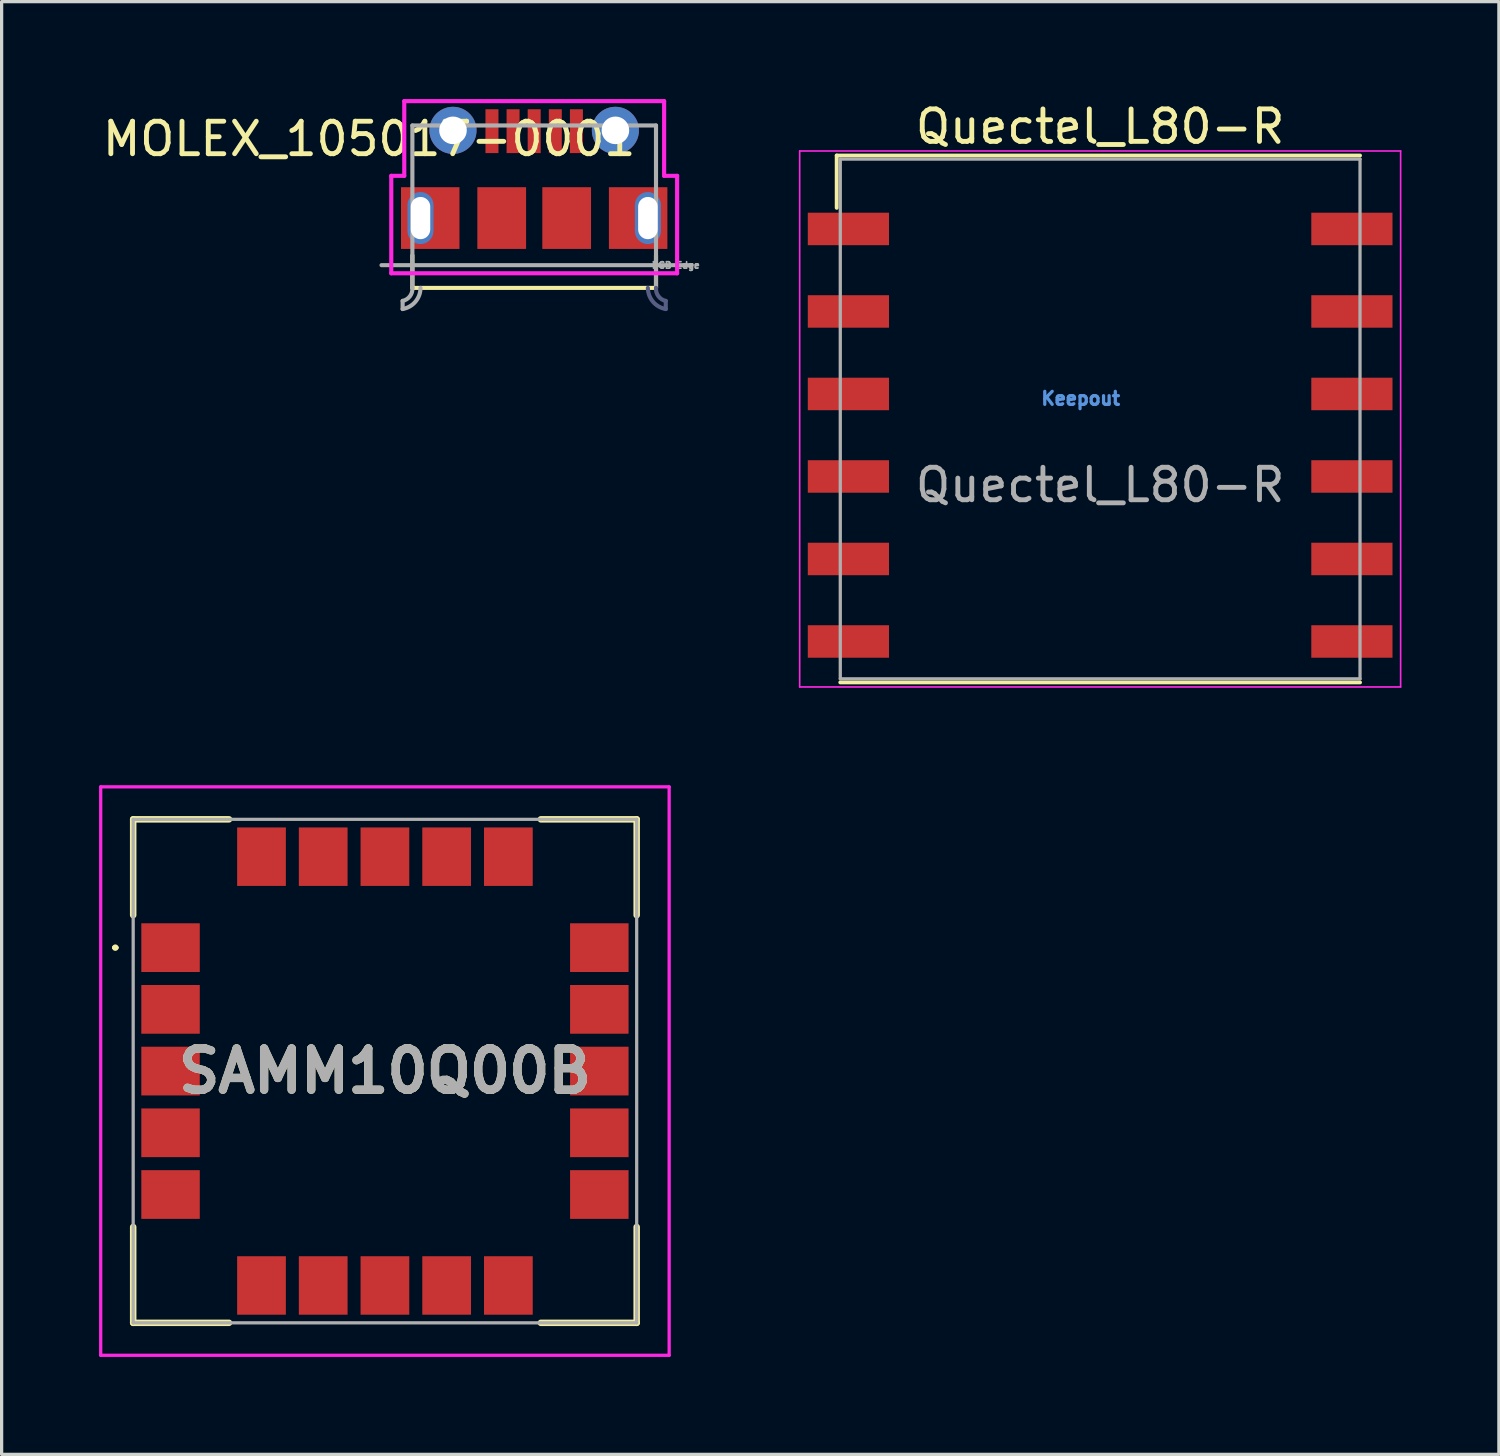
<source format=kicad_pcb>
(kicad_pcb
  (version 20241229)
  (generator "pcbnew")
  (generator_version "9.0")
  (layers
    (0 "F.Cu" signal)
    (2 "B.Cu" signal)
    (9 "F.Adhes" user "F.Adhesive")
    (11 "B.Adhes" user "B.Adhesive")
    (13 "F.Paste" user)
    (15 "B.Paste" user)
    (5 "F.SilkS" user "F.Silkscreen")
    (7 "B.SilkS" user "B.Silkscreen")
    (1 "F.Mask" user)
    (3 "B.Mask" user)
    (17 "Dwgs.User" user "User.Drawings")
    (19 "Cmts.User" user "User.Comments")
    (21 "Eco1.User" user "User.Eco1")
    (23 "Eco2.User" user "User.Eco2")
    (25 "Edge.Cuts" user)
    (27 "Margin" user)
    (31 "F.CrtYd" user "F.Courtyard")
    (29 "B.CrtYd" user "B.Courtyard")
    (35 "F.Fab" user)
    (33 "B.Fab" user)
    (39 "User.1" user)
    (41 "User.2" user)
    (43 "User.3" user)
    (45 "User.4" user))
  (footprint "Quectel_L80-R"
    (layer "F.Cu")
    (at 30.818 9.848)
    (property "Reference" "Quectel_L80-R" (at 0 -9 180) (layer "F.SilkS") (effects (font (size 1 1) (thickness 0.15))))
    (attr smd)
    (fp_line (start -8.11 -8.11) (end -8.11 -6.5) (stroke (width 0.12) (type solid)) (layer "F.SilkS"))
    (fp_line (start 8 -8.11) (end -8.11 -8.11) (stroke (width 0.12) (type solid)) (layer "F.SilkS"))
    (fp_line (start 8 8.11) (end -8 8.11) (stroke (width 0.12) (type solid)) (layer "F.SilkS"))
    (fp_line (start -9.25 -8.25) (end -9.25 8.25) (stroke (width 0.05) (type solid)) (layer "F.CrtYd"))
    (fp_line (start -9.25 -8.25) (end 9.25 -8.25) (stroke (width 0.05) (type solid)) (layer "F.CrtYd"))
    (fp_line (start -9.25 8.25) (end 9.25 8.25) (stroke (width 0.05) (type solid)) (layer "F.CrtYd"))
    (fp_line (start 9.25 8.25) (end 9.25 -8.25) (stroke (width 0.05) (type solid)) (layer "F.CrtYd"))
    (fp_line (start -8 8) (end -8 -8) (stroke (width 0.1) (type solid)) (layer "F.Fab"))
    (fp_line (start 8 -8) (end -8 -8) (stroke (width 0.1) (type solid)) (layer "F.Fab"))
    (fp_line (start 8 8) (end -8 8) (stroke (width 0.1) (type solid)) (layer "F.Fab"))
    (fp_line (start 8 8) (end 8 -8) (stroke (width 0.1) (type solid)) (layer "F.Fab"))
    (fp_text user "Keepout" (at -0.6 -0.63 0) (layer "Cmts.User") (effects (font (size 0.4 0.4) (thickness 0.1))))
    (fp_text user "${REFERENCE}" (at 0 2.032 0) (layer "F.Fab") (effects (font (size 1 1) (thickness 0.15))))
    (pad "1" smd rect (at -7.75 -5.85 180) (size 2.5 1) (layers "F.Cu" "F.Mask" "F.Paste"))
    (pad "2" smd rect (at -7.75 -3.31 180) (size 2.5 1) (layers "F.Cu" "F.Mask" "F.Paste"))
    (pad "3" smd rect (at -7.75 -0.77 180) (size 2.5 1) (layers "F.Cu" "F.Mask" "F.Paste"))
    (pad "4" smd rect (at -7.75 1.77 180) (size 2.5 1) (layers "F.Cu" "F.Mask" "F.Paste"))
    (pad "5" smd rect (at -7.75 4.31 180) (size 2.5 1) (layers "F.Cu" "F.Mask" "F.Paste"))
    (pad "6" smd rect (at -7.75 6.85 180) (size 2.5 1) (layers "F.Cu" "F.Mask" "F.Paste"))
    (pad "7" smd rect (at 7.75 6.85 180) (size 2.5 1) (layers "F.Cu" "F.Mask" "F.Paste"))
    (pad "8" smd rect (at 7.75 4.31 180) (size 2.5 1) (layers "F.Cu" "F.Mask" "F.Paste"))
    (pad "9" smd rect (at 7.75 1.77 180) (size 2.5 1) (layers "F.Cu" "F.Mask" "F.Paste"))
    (pad "10" smd rect (at 7.75 -0.77 180) (size 2.5 1) (layers "F.Cu" "F.Mask" "F.Paste"))
    (pad "11" smd rect (at 7.75 -3.31 180) (size 2.5 1) (layers "F.Cu" "F.Mask" "F.Paste"))
    (pad "12" smd rect (at 7.75 -5.85 180) (size 2.5 1) (layers "F.Cu" "F.Mask" "F.Paste"))
    (zone (net_name "") (layer "F.Cu") (hatch full 0.508) (connect_pads) (min_thickness 0.254) (filled_areas_thickness no) (keepout (tracks not_allowed) (vias not_allowed) (pads not_allowed) (copperpour not_allowed) (footprints not_allowed)) (placement (enabled no)) (fill) (polygon (pts (xy 31.473 9.218) (xy 31.454 9) (xy 31.397 8.789) (xy 31.305 8.591) (xy 31.179 8.412) (xy 31.024 8.257) (xy 30.845 8.132) (xy 30.647 8.039) (xy 30.436 7.983) (xy 30.218 7.963) (xy 30 7.983) (xy 29.789 8.039) (xy 29.59 8.132) (xy 29.411 8.257) (xy 29.257 8.412) (xy 29.131 8.591) (xy 29.039 8.789) (xy 28.982 9) (xy 28.963 9.218) (xy 28.982 9.436) (xy 29.039 9.647) (xy 29.131 9.846) (xy 29.257 10.025) (xy 29.411 10.179) (xy 29.59 10.305) (xy 29.789 10.397) (xy 30 10.454) (xy 30.218 10.473) (xy 30.436 10.454) (xy 30.647 10.397) (xy 30.845 10.305) (xy 31.024 10.179) (xy 31.179 10.025) (xy 31.305 9.846) (xy 31.397 9.647) (xy 31.454 9.436)))))
  (footprint "SAMM10Q00B"
    (layer "F.Cu")
    (at 8.8 29.923)
    (property "Reference" "SAMM10Q00B" (at 0 0 0) (layer "F.SilkS") (effects (font (size 1.27 1.27) (thickness 0.254))))
    (attr smd)
    (fp_line (start -8.35 -3.8) (end -8.35 -3.8) (stroke (width 0.1) (type solid)) (layer "F.SilkS"))
    (fp_line (start -8.25 -3.8) (end -8.25 -3.8) (stroke (width 0.1) (type solid)) (layer "F.SilkS"))
    (fp_line (start -7.75 -7.75) (end -4.8 -7.75) (stroke (width 0.2) (type solid)) (layer "F.SilkS"))
    (fp_line (start -7.75 -4.8) (end -7.75 -7.75) (stroke (width 0.2) (type solid)) (layer "F.SilkS"))
    (fp_line (start -7.75 4.8) (end -7.75 7.75) (stroke (width 0.2) (type solid)) (layer "F.SilkS"))
    (fp_line (start -7.75 7.75) (end -4.8 7.75) (stroke (width 0.2) (type solid)) (layer "F.SilkS"))
    (fp_line (start 4.8 -7.75) (end 7.75 -7.75) (stroke (width 0.2) (type solid)) (layer "F.SilkS"))
    (fp_line (start 7.75 -7.75) (end 7.75 -4.8) (stroke (width 0.2) (type solid)) (layer "F.SilkS"))
    (fp_line (start 7.75 4.8) (end 7.75 7.75) (stroke (width 0.2) (type solid)) (layer "F.SilkS"))
    (fp_line (start 7.75 7.75) (end 4.8 7.75) (stroke (width 0.2) (type solid)) (layer "F.SilkS"))
    (fp_arc (start -8.35 -3.8) (mid -8.3 -3.85) (end -8.25 -3.8) (stroke (width 0.1) (type solid)) (layer "F.SilkS"))
    (fp_arc (start -8.25 -3.8) (mid -8.3 -3.75) (end -8.35 -3.8) (stroke (width 0.1) (type solid)) (layer "F.SilkS"))
    (fp_line (start -8.75 -8.75) (end 8.75 -8.75) (stroke (width 0.1) (type solid)) (layer "F.CrtYd"))
    (fp_line (start -8.75 8.75) (end -8.75 -8.75) (stroke (width 0.1) (type solid)) (layer "F.CrtYd"))
    (fp_line (start 8.75 -8.75) (end 8.75 8.75) (stroke (width 0.1) (type solid)) (layer "F.CrtYd"))
    (fp_line (start 8.75 8.75) (end -8.75 8.75) (stroke (width 0.1) (type solid)) (layer "F.CrtYd"))
    (fp_line (start -7.75 -7.75) (end 7.75 -7.75) (stroke (width 0.1) (type solid)) (layer "F.Fab"))
    (fp_line (start -7.75 7.75) (end -7.75 -7.75) (stroke (width 0.1) (type solid)) (layer "F.Fab"))
    (fp_line (start 7.75 -7.75) (end 7.75 7.75) (stroke (width 0.1) (type solid)) (layer "F.Fab"))
    (fp_line (start 7.75 7.75) (end -7.75 7.75) (stroke (width 0.1) (type solid)) (layer "F.Fab"))
    (fp_text user "${REFERENCE}" (at 0 0 0) (layer "F.Fab") (effects (font (size 1.27 1.27) (thickness 0.254))))
    (pad "1" smd rect (at -6.6 -3.8 90) (size 1.5 1.8) (layers "F.Cu" "F.Mask" "F.Paste"))
    (pad "2" smd rect (at -6.6 -1.9 90) (size 1.5 1.8) (layers "F.Cu" "F.Mask" "F.Paste"))
    (pad "3" smd rect (at -6.6 0 90) (size 1.5 1.8) (layers "F.Cu" "F.Mask" "F.Paste"))
    (pad "4" smd rect (at -6.6 1.9 90) (size 1.5 1.8) (layers "F.Cu" "F.Mask" "F.Paste"))
    (pad "5" smd rect (at -6.6 3.8 90) (size 1.5 1.8) (layers "F.Cu" "F.Mask" "F.Paste"))
    (pad "6" smd rect (at -3.8 6.6) (size 1.5 1.8) (layers "F.Cu" "F.Mask" "F.Paste"))
    (pad "7" smd rect (at -1.9 6.6) (size 1.5 1.8) (layers "F.Cu" "F.Mask" "F.Paste"))
    (pad "8" smd rect (at 0 6.6) (size 1.5 1.8) (layers "F.Cu" "F.Mask" "F.Paste"))
    (pad "9" smd rect (at 1.9 6.6) (size 1.5 1.8) (layers "F.Cu" "F.Mask" "F.Paste"))
    (pad "10" smd rect (at 3.8 6.6) (size 1.5 1.8) (layers "F.Cu" "F.Mask" "F.Paste"))
    (pad "11" smd rect (at 6.6 3.8 90) (size 1.5 1.8) (layers "F.Cu" "F.Mask" "F.Paste"))
    (pad "12" smd rect (at 6.6 1.9 90) (size 1.5 1.8) (layers "F.Cu" "F.Mask" "F.Paste"))
    (pad "13" smd rect (at 6.6 0 90) (size 1.5 1.8) (layers "F.Cu" "F.Mask" "F.Paste"))
    (pad "14" smd rect (at 6.6 -1.9 90) (size 1.5 1.8) (layers "F.Cu" "F.Mask" "F.Paste"))
    (pad "15" smd rect (at 6.6 -3.8 90) (size 1.5 1.8) (layers "F.Cu" "F.Mask" "F.Paste"))
    (pad "16" smd rect (at 3.8 -6.6) (size 1.5 1.8) (layers "F.Cu" "F.Mask" "F.Paste"))
    (pad "17" smd rect (at 1.9 -6.6) (size 1.5 1.8) (layers "F.Cu" "F.Mask" "F.Paste"))
    (pad "18" smd rect (at 0 -6.6) (size 1.5 1.8) (layers "F.Cu" "F.Mask" "F.Paste"))
    (pad "19" smd rect (at -1.9 -6.6) (size 1.5 1.8) (layers "F.Cu" "F.Mask" "F.Paste"))
    (pad "20" smd rect (at -3.8 -6.6) (size 1.5 1.8) (layers "F.Cu" "F.Mask" "F.Paste")))
  (footprint "MOLEX_105017-0001"
    (layer "F.Cu")
    (at 13.395 3.663)
    (property "Reference" "MOLEX_105017-0001" (at -5.08 -2.436 180) (layer "F.SilkS") (effects (font (size 1 1) (thickness 0.15))))
    (attr smd)
    (fp_line (start -3.75 1.15) (end -3.75 2.15) (stroke (width 0.127) (type solid)) (layer "F.SilkS"))
    (fp_line (start -3.75 2.15) (end 3.75 2.15) (stroke (width 0.127) (type solid)) (layer "F.SilkS"))
    (fp_line (start 3.75 1.15) (end 3.75 2.15) (stroke (width 0.127) (type solid)) (layer "F.SilkS"))
    (fp_line (start -4.4 -1.3) (end -4.4 1.7) (stroke (width 0.127) (type solid)) (layer "F.CrtYd"))
    (fp_line (start -4.4 1.7) (end 4.4 1.7) (stroke (width 0.127) (type solid)) (layer "F.CrtYd"))
    (fp_line (start -4 -3.6) (end -4 -1.3) (stroke (width 0.127) (type solid)) (layer "F.CrtYd"))
    (fp_line (start -4 -1.3) (end -4.4 -1.3) (stroke (width 0.127) (type solid)) (layer "F.CrtYd"))
    (fp_line (start 4 -3.6) (end -4 -3.6) (stroke (width 0.127) (type solid)) (layer "F.CrtYd"))
    (fp_line (start 4 -1.3) (end 4 -3.6) (stroke (width 0.127) (type solid)) (layer "F.CrtYd"))
    (fp_line (start 4.4 -1.3) (end 4 -1.3) (stroke (width 0.127) (type solid)) (layer "F.CrtYd"))
    (fp_line (start 4.4 1.7) (end 4.4 -1.3) (stroke (width 0.127) (type solid)) (layer "F.CrtYd"))
    (fp_line (start 4.05 2.55) (end 4.05 2.8) (stroke (width 0.127) (type solid)) (layer "B.Fab"))
    (fp_arc (start 4.05 2.55) (mid 3.824721 2.406459) (end 3.75 2.15) (stroke (width 0.127) (type solid)) (layer "B.Fab"))
    (fp_arc (start 4.05 2.8) (mid 3.65671 2.575092) (end 3.5 2.15) (stroke (width 0.127) (type solid)) (layer "B.Fab"))
    (fp_line (start -4.7 1.45) (end 4.85 1.45) (stroke (width 0.127) (type solid)) (layer "F.Fab"))
    (fp_line (start -4.05 2.55) (end -4.05 2.8) (stroke (width 0.127) (type solid)) (layer "F.Fab"))
    (fp_line (start -3.75 -2.85) (end -3.75 2.15) (stroke (width 0.127) (type solid)) (layer "F.Fab"))
    (fp_line (start 3.75 -2.85) (end -3.75 -2.85) (stroke (width 0.127) (type solid)) (layer "F.Fab"))
    (fp_line (start 3.75 2.15) (end 3.75 -2.85) (stroke (width 0.127) (type solid)) (layer "F.Fab"))
    (fp_arc (start -3.75 2.15) (mid -3.824721 2.406459) (end -4.05 2.55) (stroke (width 0.127) (type solid)) (layer "F.Fab"))
    (fp_arc (start -3.5 2.15) (mid -3.65671 2.575092) (end -4.05 2.8) (stroke (width 0.127) (type solid)) (layer "F.Fab"))
    (fp_text user "PCB Edge" (at 4.358 1.453 0) (layer "F.Fab") (effects (font (size 0.2 0.2) (thickness 0.15))))
    (pad "1" smd rect (at -1.3 -2.675) (size 0.4 1.35) (layers "F.Cu" "F.Mask" "F.Paste"))
    (pad "2" smd rect (at -0.65 -2.675) (size 0.4 1.35) (layers "F.Cu" "F.Mask" "F.Paste"))
    (pad "3" smd rect (at 0 -2.675) (size 0.4 1.35) (layers "F.Cu" "F.Mask" "F.Paste"))
    (pad "4" smd rect (at 0.65 -2.675) (size 0.4 1.35) (layers "F.Cu" "F.Mask" "F.Paste"))
    (pad "5" smd rect (at 1.3 -2.675) (size 0.4 1.35) (layers "F.Cu" "F.Mask" "F.Paste"))
    (pad "P$1" thru_hole circle (at -2.5 -2.7) (size 1.45 1.45) (drill 0.85) (layers "*.Cu" "*.Mask"))
    (pad "P$2" thru_hole circle (at 2.5 -2.7) (size 1.45 1.45) (drill 0.85) (layers "*.Cu" "*.Mask"))
    (pad "P$8" smd rect (at -1 0) (size 1.5 1.9) (layers "F.Cu" "F.Mask" "F.Paste"))
    (pad "P$9" smd rect (at 1 0) (size 1.5 1.9) (layers "F.Cu" "F.Mask" "F.Paste"))
    (pad "P$10" smd rect (at -3.2 0) (size 1.8 1.9) (layers "F.Cu" "F.Mask" "F.Paste"))
    (pad "P$11" smd rect (at 3.2 0) (size 1.8 1.9) (layers "F.Cu" "F.Mask" "F.Paste"))
    (pad "P$12" thru_hole oval (at -3.5 0) (size 0.8 1.6) (drill oval 0.6 1.3) (layers "*.Cu" "*.Mask"))
    (pad "P$13" thru_hole oval (at 3.5 0) (size 0.8 1.6) (drill oval 0.6 1.3) (layers "*.Cu" "*.Mask")))
  (gr_rect
    (start -3 -3)
    (end 43.093 41.723)
    (stroke (width 0.1) (type default))
    (fill no)
    (layer "Edge.Cuts")))
</source>
